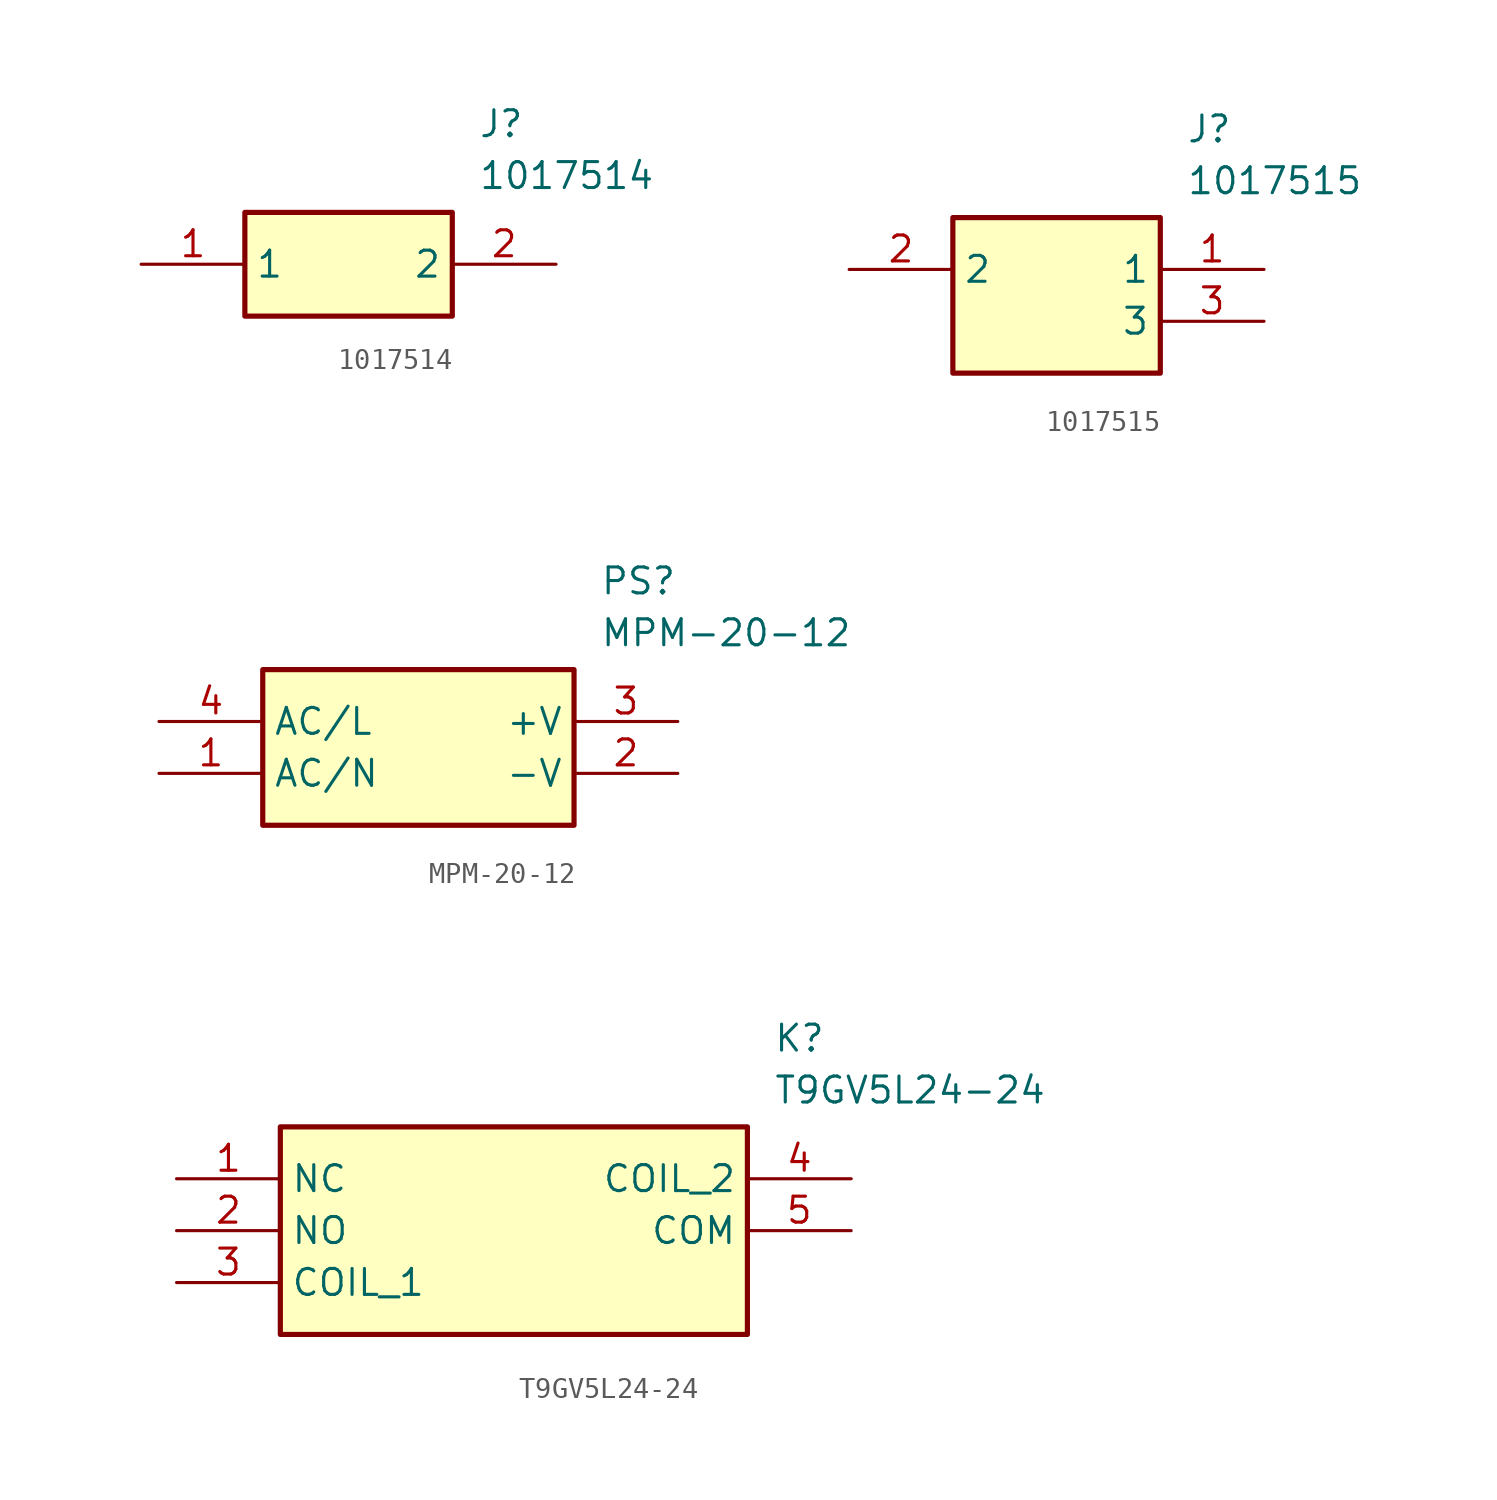
<source format=kicad_sym>
(kicad_symbol_lib
  (version 20220914)
  (generator kicad_symbol_editor)
  (symbol "1017514"
    (property "Reference" "J"
      (at 16.51 7.62 0)
      (effects (font (size 1.27 1.27)) (justify left top)))
    (property "Value" "1017514"
      (at 16.51 5.08 0)
      (effects (font (size 1.27 1.27)) (justify left top)))
    (symbol "1017514_1_1"
      (rectangle (start 5.08 2.54) (end 15.24 -2.54) (stroke (width 0.254) (type default)) (fill (type background)))
      (pin passive line (at 0 0 0) (length 5.08) (name "1" (effects (font (size 1.27 1.27)))) (number "1" (effects (font (size 1.27 1.27)))))
      (pin passive line (at 20.32 0 180) (length 5.08) (name "2" (effects (font (size 1.27 1.27)))) (number "2" (effects (font (size 1.27 1.27)))))))
  (symbol "1017515"
    (property "Reference" "J"
      (at 16.51 7.62 0)
      (effects (font (size 1.27 1.27)) (justify left top)))
    (property "Value" "1017515"
      (at 16.51 5.08 0)
      (effects (font (size 1.27 1.27)) (justify left top)))
    (symbol "1017515_1_1"
      (rectangle (start 5.08 2.54) (end 15.24 -5.08) (stroke (width 0.254) (type default)) (fill (type background)))
      (pin passive line (at 20.32 0 180) (length 5.08) (name "1" (effects (font (size 1.27 1.27)))) (number "1" (effects (font (size 1.27 1.27)))))
      (pin passive line (at 0 0 0) (length 5.08) (name "2" (effects (font (size 1.27 1.27)))) (number "2" (effects (font (size 1.27 1.27)))))
      (pin passive line (at 20.32 -2.54 180) (length 5.08) (name "3" (effects (font (size 1.27 1.27)))) (number "3" (effects (font (size 1.27 1.27)))))))
  (symbol "MPM-20-12"
    (property "Reference" "PS"
      (at 21.59 7.62 0)
      (effects (font (size 1.27 1.27)) (justify left top)))
    (property "Value" "MPM-20-12"
      (at 21.59 5.08 0)
      (effects (font (size 1.27 1.27)) (justify left top)))
    (symbol "MPM-20-12_1_1"
      (rectangle (start 5.08 2.54) (end 20.32 -5.08) (stroke (width 0.254) (type default)) (fill (type background)))
      (pin passive line (at 0 -2.54 0) (length 5.08) (name "AC/N" (effects (font (size 1.27 1.27)))) (number "1" (effects (font (size 1.27 1.27)))))
      (pin passive line (at 25.4 -2.54 180) (length 5.08) (name "-V" (effects (font (size 1.27 1.27)))) (number "2" (effects (font (size 1.27 1.27)))))
      (pin passive line (at 25.4 0 180) (length 5.08) (name "+V" (effects (font (size 1.27 1.27)))) (number "3" (effects (font (size 1.27 1.27)))))
      (pin passive line (at 0 0 0) (length 5.08) (name "AC/L" (effects (font (size 1.27 1.27)))) (number "4" (effects (font (size 1.27 1.27)))))))
  (symbol "T9GV5L24-24"
    (property "Reference" "K"
      (at 29.21 7.62 0)
      (effects (font (size 1.27 1.27)) (justify left top)))
    (property "Value" "T9GV5L24-24"
      (at 29.21 5.08 0)
      (effects (font (size 1.27 1.27)) (justify left top)))
    (symbol "T9GV5L24-24_1_1"
      (rectangle (start 5.08 2.54) (end 27.94 -7.62) (stroke (width 0.254) (type default)) (fill (type background)))
      (pin passive line (at 0 0 0) (length 5.08) (name "NC" (effects (font (size 1.27 1.27)))) (number "1" (effects (font (size 1.27 1.27)))))
      (pin passive line (at 0 -2.54 0) (length 5.08) (name "NO" (effects (font (size 1.27 1.27)))) (number "2" (effects (font (size 1.27 1.27)))))
      (pin passive line (at 0 -5.08 0) (length 5.08) (name "COIL_1" (effects (font (size 1.27 1.27)))) (number "3" (effects (font (size 1.27 1.27)))))
      (pin passive line (at 33.02 0 180) (length 5.08) (name "COIL_2" (effects (font (size 1.27 1.27)))) (number "4" (effects (font (size 1.27 1.27)))))
      (pin passive line (at 33.02 -2.54 180) (length 5.08) (name "COM" (effects (font (size 1.27 1.27)))) (number "5" (effects (font (size 1.27 1.27))))))))
</source>
